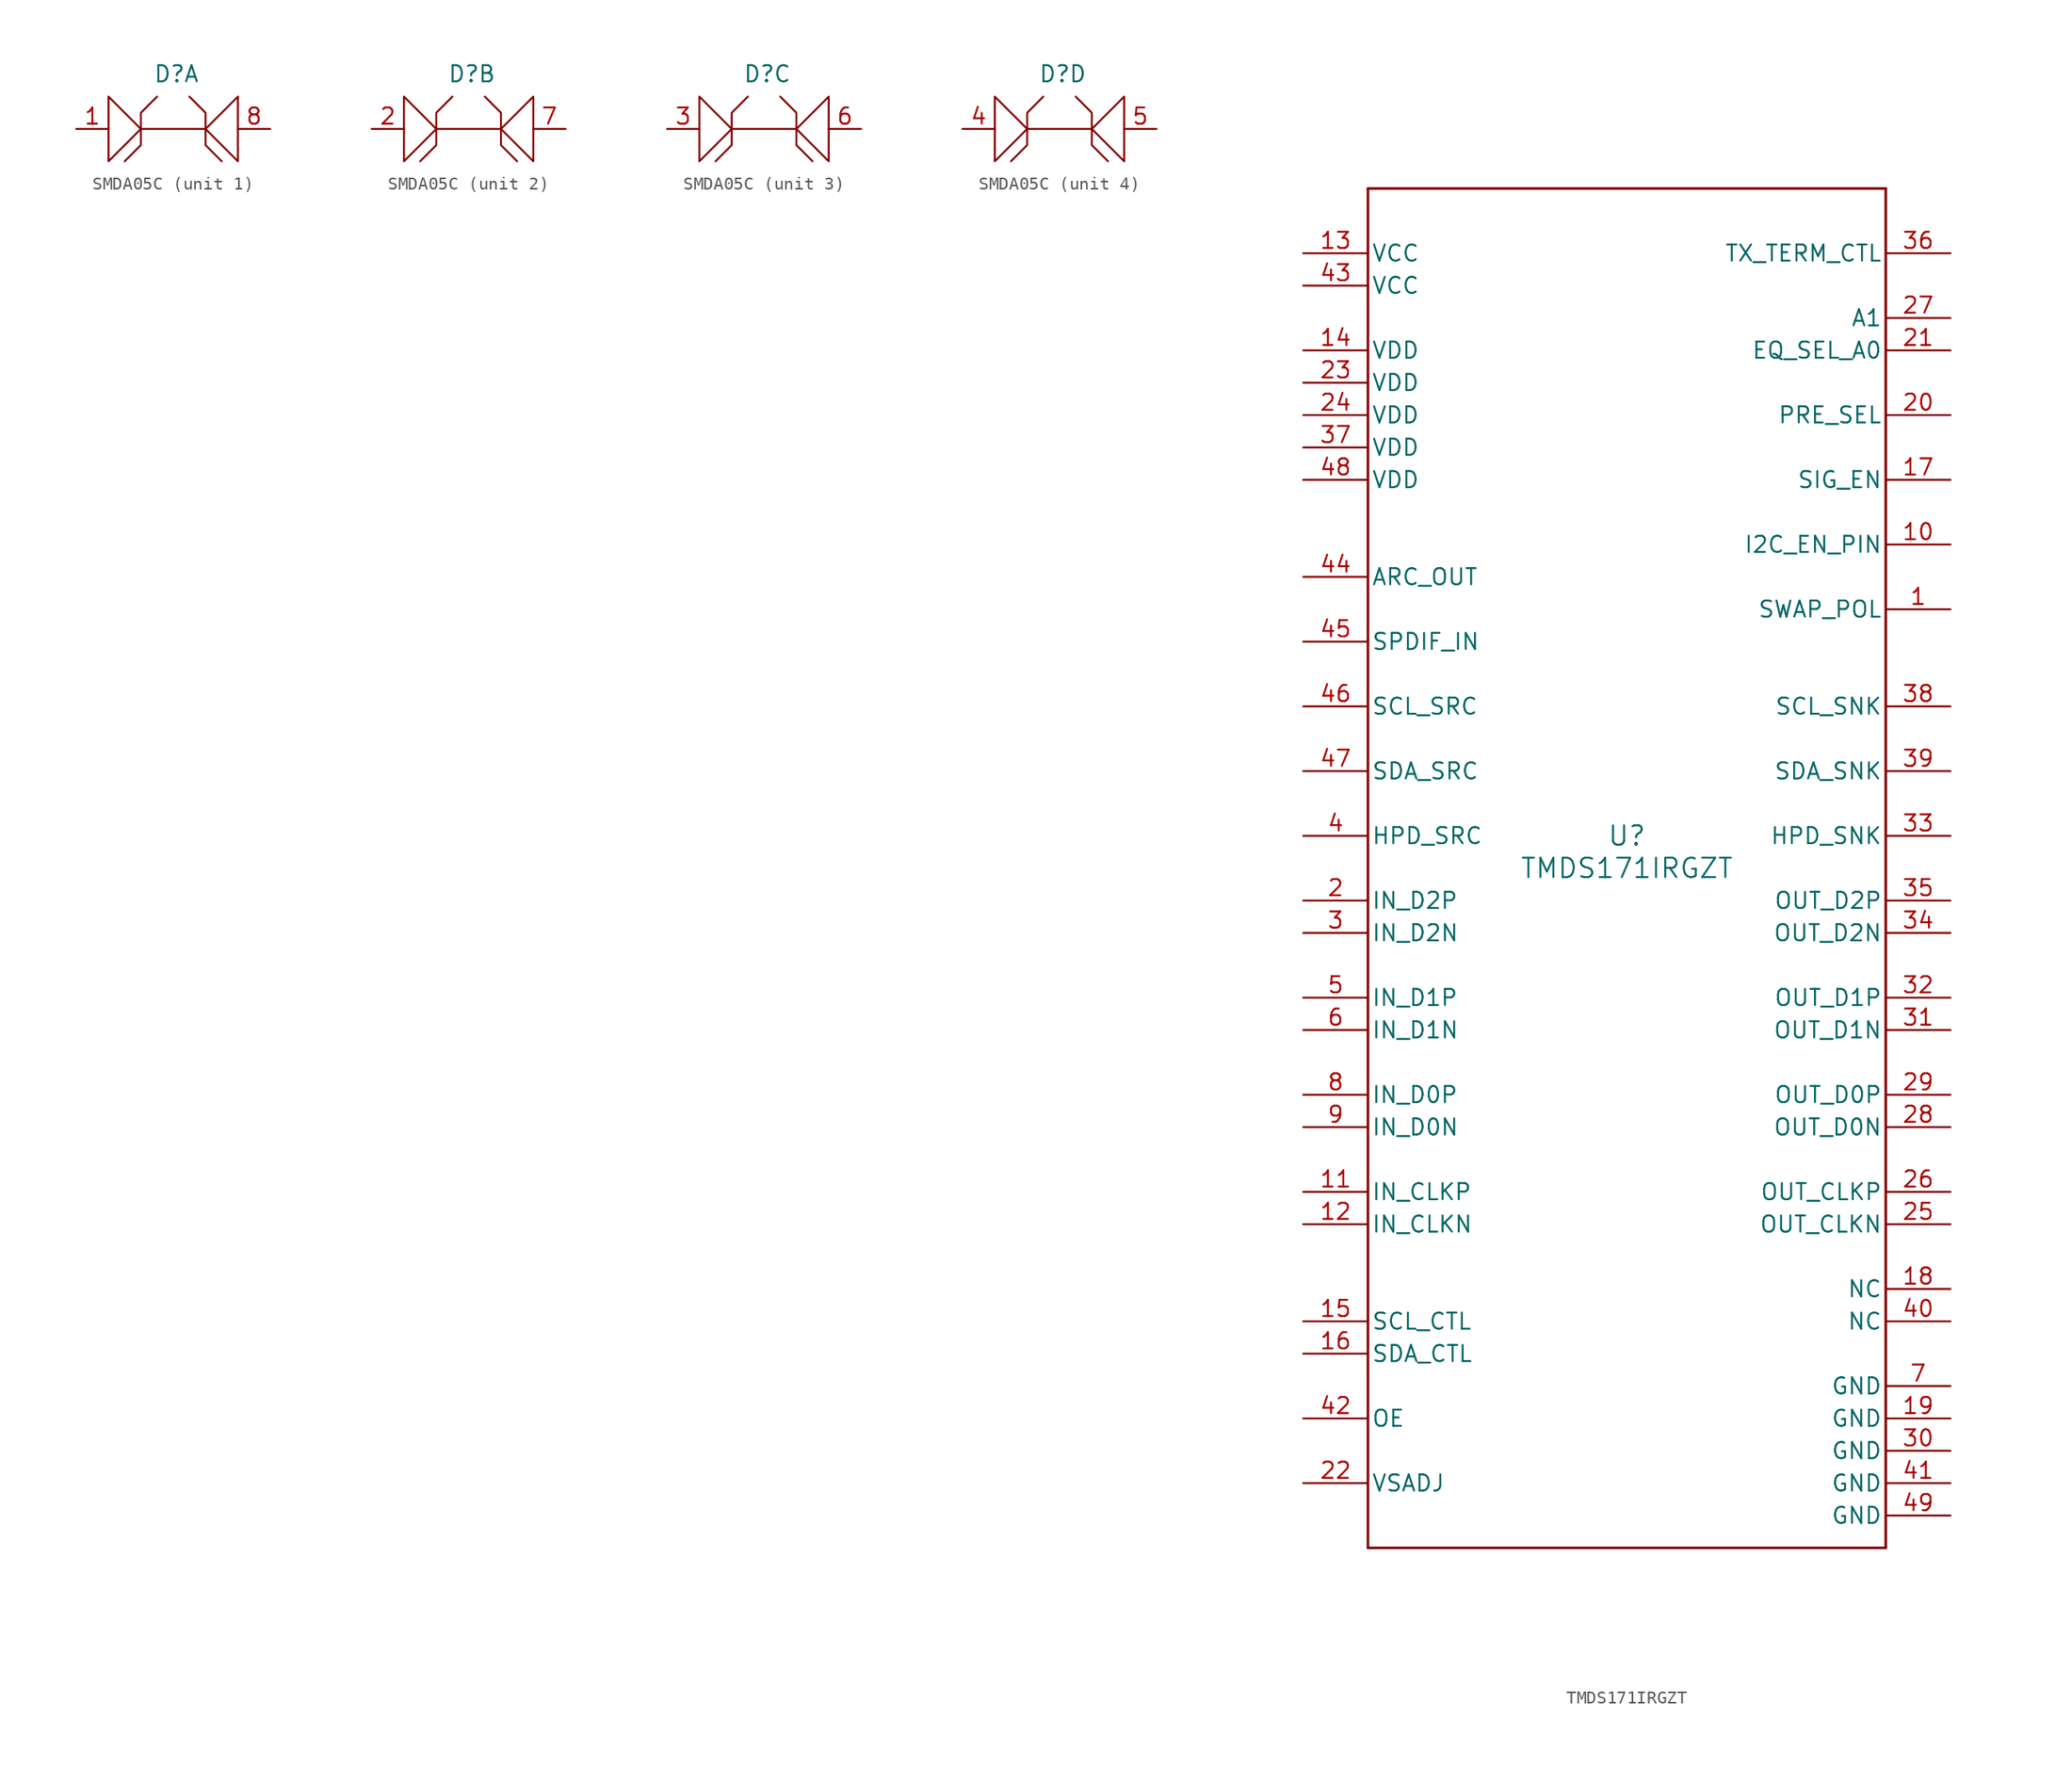
<source format=kicad_sym>
(kicad_symbol_lib
  (version 20231120)
  (generator "kicad_symbol_editor")
  (generator_version "8.0")
  (symbol "SMDA05C"
    (property "Reference" "D"
      (at 7.874 4.318 0)
      (effects (font (size 1.27 1.27))))
    (property "Value" ""
      (at 0 0 0)
      (effects (font (size 1.27 1.27))))
    (symbol "SMDA05C_0_1"
      (polyline (pts (xy 5.08 0) (xy 10.16 0)) (stroke (width 0) (type default)) (fill (type none)))
      (polyline (pts (xy 2.54 2.54) (xy 2.54 -2.54) (xy 5.08 0) (xy 2.54 2.54)) (stroke (width 0) (type default)) (fill (type none)))
      (polyline (pts (xy 6.35 2.54) (xy 5.08 1.27) (xy 5.08 -1.27) (xy 3.81 -2.54)) (stroke (width 0) (type default)) (fill (type none)))
      (polyline (pts (xy 11.43 -2.54) (xy 10.16 -1.27) (xy 10.16 1.27) (xy 8.89 2.54)) (stroke (width 0) (type default)) (fill (type none)))
      (polyline (pts (xy 12.7 2.54) (xy 12.7 -2.54) (xy 10.16 0) (xy 12.7 2.54)) (stroke (width 0) (type default)) (fill (type none))))
    (symbol "SMDA05C_1_1"
      (pin passive line (at 0 0 0) (length 2.54) (name "" (effects (font (size 1.27 1.27)))) (number "1" (effects (font (size 1.27 1.27)))))
      (pin passive line (at 15.24 0 180) (length 2.54) (name "" (effects (font (size 1.27 1.27)))) (number "8" (effects (font (size 1.27 1.27))))))
    (symbol "SMDA05C_2_1"
      (pin passive line (at 0 0 0) (length 2.54) (name "" (effects (font (size 1.27 1.27)))) (number "2" (effects (font (size 1.27 1.27)))))
      (pin passive line (at 15.24 0 180) (length 2.54) (name "" (effects (font (size 1.27 1.27)))) (number "7" (effects (font (size 1.27 1.27))))))
    (symbol "SMDA05C_3_1"
      (pin passive line (at 0 0 0) (length 2.54) (name "" (effects (font (size 1.27 1.27)))) (number "3" (effects (font (size 1.27 1.27)))))
      (pin passive line (at 15.24 0 180) (length 2.54) (name "" (effects (font (size 1.27 1.27)))) (number "6" (effects (font (size 1.27 1.27))))))
    (symbol "SMDA05C_4_1"
      (pin passive line (at 0 0 0) (length 2.54) (name "" (effects (font (size 1.27 1.27)))) (number "4" (effects (font (size 1.27 1.27)))))
      (pin passive line (at 15.24 0 180) (length 2.54) (name "" (effects (font (size 1.27 1.27)))) (number "5" (effects (font (size 1.27 1.27)))))))
  (symbol "TMDS171IRGZT"
    (pin_names
      (offset 0.254))
    (property "Reference" "U"
      (at 0 2.54 0)
      (effects (font (size 1.524 1.524))))
    (property "Value" "TMDS171IRGZT"
      (at 0 0 0)
      (effects (font (size 1.524 1.524))))
    (symbol "TMDS171IRGZT_0_1"
      (polyline (pts (xy -20.32 -53.34) (xy 20.32 -53.34)) (stroke (width 0.203) (type default)) (fill (type none)))
      (polyline (pts (xy -20.32 53.34) (xy -20.32 -53.34)) (stroke (width 0.203) (type default)) (fill (type none)))
      (polyline (pts (xy 20.32 -53.34) (xy 20.32 53.34)) (stroke (width 0.203) (type default)) (fill (type none)))
      (polyline (pts (xy 20.32 53.34) (xy -20.32 53.34)) (stroke (width 0.203) (type default)) (fill (type none)))
      (pin input line (at 25.4 20.32 180) (length 5.08) (name "SWAP_POL" (effects (font (size 1.27 1.27)))) (number "1" (effects (font (size 1.27 1.27)))))
      (pin input line (at 25.4 25.4 180) (length 5.08) (name "I2C_EN_PIN" (effects (font (size 1.27 1.27)))) (number "10" (effects (font (size 1.27 1.27)))))
      (pin input line (at -25.4 -25.4 0) (length 5.08) (name "IN_CLKP" (effects (font (size 1.27 1.27)))) (number "11" (effects (font (size 1.27 1.27)))))
      (pin input line (at -25.4 -27.94 0) (length 5.08) (name "IN_CLKN" (effects (font (size 1.27 1.27)))) (number "12" (effects (font (size 1.27 1.27)))))
      (pin power_in line (at -25.4 48.26 0) (length 5.08) (name "VCC" (effects (font (size 1.27 1.27)))) (number "13" (effects (font (size 1.27 1.27)))))
      (pin power_in line (at -25.4 40.64 0) (length 5.08) (name "VDD" (effects (font (size 1.27 1.27)))) (number "14" (effects (font (size 1.27 1.27)))))
      (pin bidirectional line (at -25.4 -35.56 0) (length 5.08) (name "SCL_CTL" (effects (font (size 1.27 1.27)))) (number "15" (effects (font (size 1.27 1.27)))))
      (pin bidirectional line (at -25.4 -38.1 0) (length 5.08) (name "SDA_CTL" (effects (font (size 1.27 1.27)))) (number "16" (effects (font (size 1.27 1.27)))))
      (pin input line (at 25.4 30.48 180) (length 5.08) (name "SIG_EN" (effects (font (size 1.27 1.27)))) (number "17" (effects (font (size 1.27 1.27)))))
      (pin unspecified line (at 25.4 -33.02 180) (length 5.08) (name "NC" (effects (font (size 1.27 1.27)))) (number "18" (effects (font (size 1.27 1.27)))))
      (pin power_in line (at 25.4 -43.18 180) (length 5.08) (name "GND" (effects (font (size 1.27 1.27)))) (number "19" (effects (font (size 1.27 1.27)))))
      (pin input line (at -25.4 -2.54 0) (length 5.08) (name "IN_D2P" (effects (font (size 1.27 1.27)))) (number "2" (effects (font (size 1.27 1.27)))))
      (pin input line (at 25.4 35.56 180) (length 5.08) (name "PRE_SEL" (effects (font (size 1.27 1.27)))) (number "20" (effects (font (size 1.27 1.27)))))
      (pin input line (at 25.4 40.64 180) (length 5.08) (name "EQ_SEL_A0" (effects (font (size 1.27 1.27)))) (number "21" (effects (font (size 1.27 1.27)))))
      (pin input line (at -25.4 -48.26 0) (length 5.08) (name "VSADJ" (effects (font (size 1.27 1.27)))) (number "22" (effects (font (size 1.27 1.27)))))
      (pin power_in line (at -25.4 38.1 0) (length 5.08) (name "VDD" (effects (font (size 1.27 1.27)))) (number "23" (effects (font (size 1.27 1.27)))))
      (pin power_in line (at -25.4 35.56 0) (length 5.08) (name "VDD" (effects (font (size 1.27 1.27)))) (number "24" (effects (font (size 1.27 1.27)))))
      (pin output line (at 25.4 -27.94 180) (length 5.08) (name "OUT_CLKN" (effects (font (size 1.27 1.27)))) (number "25" (effects (font (size 1.27 1.27)))))
      (pin output line (at 25.4 -25.4 180) (length 5.08) (name "OUT_CLKP" (effects (font (size 1.27 1.27)))) (number "26" (effects (font (size 1.27 1.27)))))
      (pin input line (at 25.4 43.18 180) (length 5.08) (name "A1" (effects (font (size 1.27 1.27)))) (number "27" (effects (font (size 1.27 1.27)))))
      (pin output line (at 25.4 -20.32 180) (length 5.08) (name "OUT_D0N" (effects (font (size 1.27 1.27)))) (number "28" (effects (font (size 1.27 1.27)))))
      (pin output line (at 25.4 -17.78 180) (length 5.08) (name "OUT_D0P" (effects (font (size 1.27 1.27)))) (number "29" (effects (font (size 1.27 1.27)))))
      (pin input line (at -25.4 -5.08 0) (length 5.08) (name "IN_D2N" (effects (font (size 1.27 1.27)))) (number "3" (effects (font (size 1.27 1.27)))))
      (pin power_in line (at 25.4 -45.72 180) (length 5.08) (name "GND" (effects (font (size 1.27 1.27)))) (number "30" (effects (font (size 1.27 1.27)))))
      (pin output line (at 25.4 -12.7 180) (length 5.08) (name "OUT_D1N" (effects (font (size 1.27 1.27)))) (number "31" (effects (font (size 1.27 1.27)))))
      (pin output line (at 25.4 -10.16 180) (length 5.08) (name "OUT_D1P" (effects (font (size 1.27 1.27)))) (number "32" (effects (font (size 1.27 1.27)))))
      (pin input line (at 25.4 2.54 180) (length 5.08) (name "HPD_SNK" (effects (font (size 1.27 1.27)))) (number "33" (effects (font (size 1.27 1.27)))))
      (pin output line (at 25.4 -5.08 180) (length 5.08) (name "OUT_D2N" (effects (font (size 1.27 1.27)))) (number "34" (effects (font (size 1.27 1.27)))))
      (pin output line (at 25.4 -2.54 180) (length 5.08) (name "OUT_D2P" (effects (font (size 1.27 1.27)))) (number "35" (effects (font (size 1.27 1.27)))))
      (pin input line (at 25.4 48.26 180) (length 5.08) (name "TX_TERM_CTL" (effects (font (size 1.27 1.27)))) (number "36" (effects (font (size 1.27 1.27)))))
      (pin power_in line (at -25.4 33.02 0) (length 5.08) (name "VDD" (effects (font (size 1.27 1.27)))) (number "37" (effects (font (size 1.27 1.27)))))
      (pin bidirectional line (at 25.4 12.7 180) (length 5.08) (name "SCL_SNK" (effects (font (size 1.27 1.27)))) (number "38" (effects (font (size 1.27 1.27)))))
      (pin bidirectional line (at 25.4 7.62 180) (length 5.08) (name "SDA_SNK" (effects (font (size 1.27 1.27)))) (number "39" (effects (font (size 1.27 1.27)))))
      (pin output line (at -25.4 2.54 0) (length 5.08) (name "HPD_SRC" (effects (font (size 1.27 1.27)))) (number "4" (effects (font (size 1.27 1.27)))))
      (pin unspecified line (at 25.4 -35.56 180) (length 5.08) (name "NC" (effects (font (size 1.27 1.27)))) (number "40" (effects (font (size 1.27 1.27)))))
      (pin power_in line (at 25.4 -48.26 180) (length 5.08) (name "GND" (effects (font (size 1.27 1.27)))) (number "41" (effects (font (size 1.27 1.27)))))
      (pin input line (at -25.4 -43.18 0) (length 5.08) (name "OE" (effects (font (size 1.27 1.27)))) (number "42" (effects (font (size 1.27 1.27)))))
      (pin power_in line (at -25.4 45.72 0) (length 5.08) (name "VCC" (effects (font (size 1.27 1.27)))) (number "43" (effects (font (size 1.27 1.27)))))
      (pin output line (at -25.4 22.86 0) (length 5.08) (name "ARC_OUT" (effects (font (size 1.27 1.27)))) (number "44" (effects (font (size 1.27 1.27)))))
      (pin input line (at -25.4 17.78 0) (length 5.08) (name "SPDIF_IN" (effects (font (size 1.27 1.27)))) (number "45" (effects (font (size 1.27 1.27)))))
      (pin bidirectional line (at -25.4 12.7 0) (length 5.08) (name "SCL_SRC" (effects (font (size 1.27 1.27)))) (number "46" (effects (font (size 1.27 1.27)))))
      (pin bidirectional line (at -25.4 7.62 0) (length 5.08) (name "SDA_SRC" (effects (font (size 1.27 1.27)))) (number "47" (effects (font (size 1.27 1.27)))))
      (pin power_in line (at -25.4 30.48 0) (length 5.08) (name "VDD" (effects (font (size 1.27 1.27)))) (number "48" (effects (font (size 1.27 1.27)))))
      (pin power_in line (at 25.4 -50.8 180) (length 5.08) (name "GND" (effects (font (size 1.27 1.27)))) (number "49" (effects (font (size 1.27 1.27)))))
      (pin input line (at -25.4 -10.16 0) (length 5.08) (name "IN_D1P" (effects (font (size 1.27 1.27)))) (number "5" (effects (font (size 1.27 1.27)))))
      (pin input line (at -25.4 -12.7 0) (length 5.08) (name "IN_D1N" (effects (font (size 1.27 1.27)))) (number "6" (effects (font (size 1.27 1.27)))))
      (pin power_in line (at 25.4 -40.64 180) (length 5.08) (name "GND" (effects (font (size 1.27 1.27)))) (number "7" (effects (font (size 1.27 1.27)))))
      (pin input line (at -25.4 -17.78 0) (length 5.08) (name "IN_D0P" (effects (font (size 1.27 1.27)))) (number "8" (effects (font (size 1.27 1.27)))))
      (pin input line (at -25.4 -20.32 0) (length 5.08) (name "IN_D0N" (effects (font (size 1.27 1.27)))) (number "9" (effects (font (size 1.27 1.27))))))))
</source>
